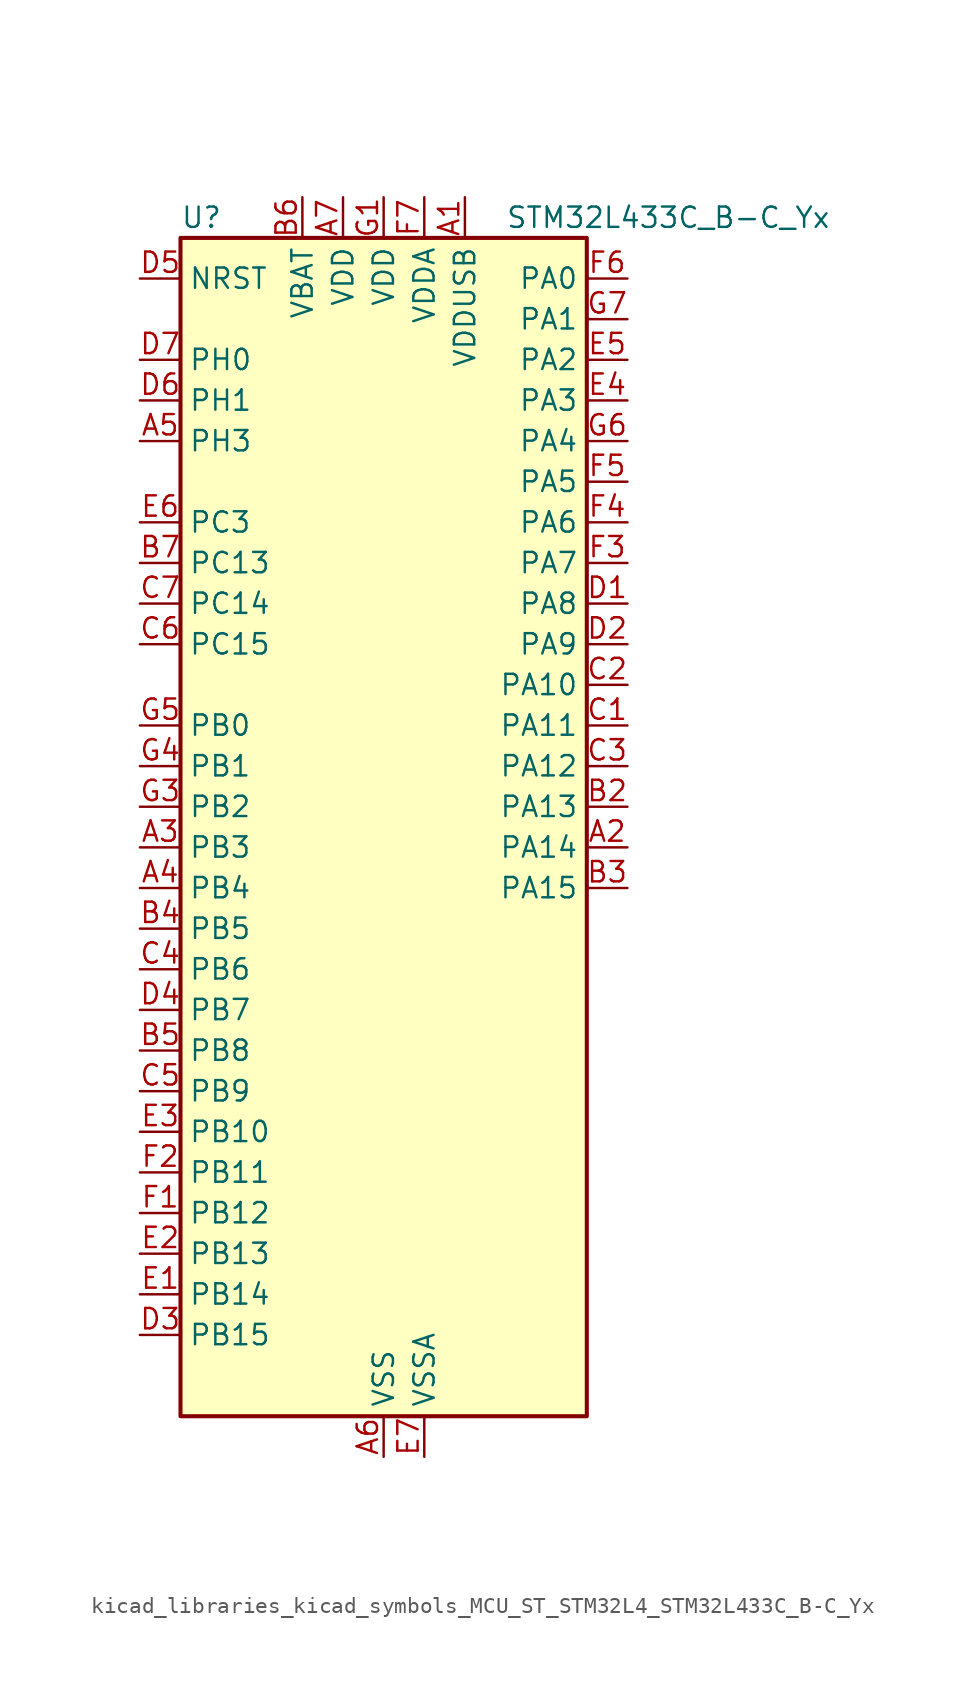
<source format=kicad_sym>
(kicad_symbol_lib
  (version 20220914)
  (generator kicad_symbol_editor)
  (symbol "kicad_libraries_kicad_symbols_MCU_ST_STM32L4_STM32L433C_B-C_Yx"
    (property "Reference" "U"
      (at -12.7 39.37 0)
      (effects (font (size 1.27 1.27)) (justify left)))
    (property "Value" "STM32L433C_B-C_Yx"
      (at 7.62 39.37 0)
      (effects (font (size 1.27 1.27)) (justify left)))
    (property "ki_locked" ""
      (at 0 0 0)
      (effects (font (size 1.27 1.27))))
    (symbol "kicad_libraries_kicad_symbols_MCU_ST_STM32L4_STM32L433C_B-C_Yx_0_1"
      (rectangle (start -12.7 -35.56) (end 12.7 38.1) (stroke (width 0.254) (type default)) (fill (type background))))
    (symbol "kicad_libraries_kicad_symbols_MCU_ST_STM32L4_STM32L433C_B-C_Yx_1_1"
      (pin power_in line (at 5.08 40.64 270) (length 2.54) (name "VDDUSB" (effects (font (size 1.27 1.27)))) (number "A1" (effects (font (size 1.27 1.27)))))
      (pin bidirectional line (at 15.24 0 180) (length 2.54) (name "PA14" (effects (font (size 1.27 1.27)))) (number "A2" (effects (font (size 1.27 1.27)))) (alternate "I2C1_SMBA" bidirectional line) (alternate "LPTIM1_OUT" bidirectional line) (alternate "SAI1_FS_B" bidirectional line) (alternate "SWPMI1_RX" bidirectional line) (alternate "SYS_JTCK-SWCLK" bidirectional line))
      (pin bidirectional line (at -15.24 0 0) (length 2.54) (name "PB3" (effects (font (size 1.27 1.27)))) (number "A3" (effects (font (size 1.27 1.27)))) (alternate "COMP2_INM" bidirectional line) (alternate "LCD_SEG7" bidirectional line) (alternate "SAI1_SCK_B" bidirectional line) (alternate "SPI1_SCK" bidirectional line) (alternate "SPI3_SCK" bidirectional line) (alternate "SYS_JTDO-SWO" bidirectional line) (alternate "TIM2_CH2" bidirectional line) (alternate "USART1_DE" bidirectional line) (alternate "USART1_RTS" bidirectional line))
      (pin bidirectional line (at -15.24 -2.54 0) (length 2.54) (name "PB4" (effects (font (size 1.27 1.27)))) (number "A4" (effects (font (size 1.27 1.27)))) (alternate "COMP2_INP" bidirectional line) (alternate "I2C3_SDA" bidirectional line) (alternate "LCD_SEG8" bidirectional line) (alternate "SAI1_MCLK_B" bidirectional line) (alternate "SPI1_MISO" bidirectional line) (alternate "SPI3_MISO" bidirectional line) (alternate "SYS_JTRST" bidirectional line) (alternate "TSC_G2_IO1" bidirectional line) (alternate "USART1_CTS" bidirectional line))
      (pin bidirectional line (at -15.24 25.4 0) (length 2.54) (name "PH3" (effects (font (size 1.27 1.27)))) (number "A5" (effects (font (size 1.27 1.27)))))
      (pin power_in line (at 0 -38.1 90) (length 2.54) (name "VSS" (effects (font (size 1.27 1.27)))) (number "A6" (effects (font (size 1.27 1.27)))))
      (pin power_in line (at -2.54 40.64 270) (length 2.54) (name "VDD" (effects (font (size 1.27 1.27)))) (number "A7" (effects (font (size 1.27 1.27)))))
      (pin passive line (at 0 -38.1 90) (length 2.54) hide (name "VSS" (effects (font (size 1.27 1.27)))) (number "B1" (effects (font (size 1.27 1.27)))))
      (pin bidirectional line (at 15.24 2.54 180) (length 2.54) (name "PA13" (effects (font (size 1.27 1.27)))) (number "B2" (effects (font (size 1.27 1.27)))) (alternate "IR_OUT" bidirectional line) (alternate "SAI1_SD_B" bidirectional line) (alternate "SWPMI1_TX" bidirectional line) (alternate "SYS_JTMS-SWDIO" bidirectional line) (alternate "USB_NOE" bidirectional line))
      (pin bidirectional line (at 15.24 -2.54 180) (length 2.54) (name "PA15" (effects (font (size 1.27 1.27)))) (number "B3" (effects (font (size 1.27 1.27)))) (alternate "ADC1_EXTI15" bidirectional line) (alternate "LCD_SEG17" bidirectional line) (alternate "SPI1_NSS" bidirectional line) (alternate "SPI3_NSS" bidirectional line) (alternate "SWPMI1_SUSPEND" bidirectional line) (alternate "SYS_JTDI" bidirectional line) (alternate "TIM2_CH1" bidirectional line) (alternate "TIM2_ETR" bidirectional line) (alternate "USART2_RX" bidirectional line) (alternate "USART3_DE" bidirectional line) (alternate "USART3_RTS" bidirectional line))
      (pin bidirectional line (at -15.24 -5.08 0) (length 2.54) (name "PB5" (effects (font (size 1.27 1.27)))) (number "B4" (effects (font (size 1.27 1.27)))) (alternate "COMP2_OUT" bidirectional line) (alternate "I2C1_SMBA" bidirectional line) (alternate "LCD_SEG9" bidirectional line) (alternate "LPTIM1_IN1" bidirectional line) (alternate "SAI1_SD_B" bidirectional line) (alternate "SPI1_MOSI" bidirectional line) (alternate "SPI3_MOSI" bidirectional line) (alternate "TIM16_BKIN" bidirectional line) (alternate "TSC_G2_IO2" bidirectional line) (alternate "USART1_CK" bidirectional line))
      (pin bidirectional line (at -15.24 -12.7 0) (length 2.54) (name "PB8" (effects (font (size 1.27 1.27)))) (number "B5" (effects (font (size 1.27 1.27)))) (alternate "CAN1_RX" bidirectional line) (alternate "I2C1_SCL" bidirectional line) (alternate "LCD_SEG16" bidirectional line) (alternate "SAI1_MCLK_A" bidirectional line) (alternate "TIM16_CH1" bidirectional line))
      (pin power_in line (at -5.08 40.64 270) (length 2.54) (name "VBAT" (effects (font (size 1.27 1.27)))) (number "B6" (effects (font (size 1.27 1.27)))))
      (pin bidirectional line (at -15.24 17.78 0) (length 2.54) (name "PC13" (effects (font (size 1.27 1.27)))) (number "B7" (effects (font (size 1.27 1.27)))) (alternate "RTC_OUT_ALARM" bidirectional line) (alternate "RTC_OUT_CALIB" bidirectional line) (alternate "RTC_TAMP1" bidirectional line) (alternate "RTC_TS" bidirectional line) (alternate "SYS_WKUP2" bidirectional line))
      (pin bidirectional line (at 15.24 7.62 180) (length 2.54) (name "PA11" (effects (font (size 1.27 1.27)))) (number "C1" (effects (font (size 1.27 1.27)))) (alternate "ADC1_EXTI11" bidirectional line) (alternate "CAN1_RX" bidirectional line) (alternate "COMP1_OUT" bidirectional line) (alternate "SPI1_MISO" bidirectional line) (alternate "TIM1_BKIN2" bidirectional line) (alternate "TIM1_BKIN2_COMP1" bidirectional line) (alternate "TIM1_CH4" bidirectional line) (alternate "USART1_CTS" bidirectional line) (alternate "USB_DM" bidirectional line))
      (pin bidirectional line (at 15.24 10.16 180) (length 2.54) (name "PA10" (effects (font (size 1.27 1.27)))) (number "C2" (effects (font (size 1.27 1.27)))) (alternate "CRS_SYNC" bidirectional line) (alternate "I2C1_SDA" bidirectional line) (alternate "LCD_COM2" bidirectional line) (alternate "SAI1_SD_A" bidirectional line) (alternate "TIM1_CH3" bidirectional line) (alternate "USART1_RX" bidirectional line))
      (pin bidirectional line (at 15.24 5.08 180) (length 2.54) (name "PA12" (effects (font (size 1.27 1.27)))) (number "C3" (effects (font (size 1.27 1.27)))) (alternate "CAN1_TX" bidirectional line) (alternate "SPI1_MOSI" bidirectional line) (alternate "TIM1_ETR" bidirectional line) (alternate "USART1_DE" bidirectional line) (alternate "USART1_RTS" bidirectional line) (alternate "USB_DP" bidirectional line))
      (pin bidirectional line (at -15.24 -7.62 0) (length 2.54) (name "PB6" (effects (font (size 1.27 1.27)))) (number "C4" (effects (font (size 1.27 1.27)))) (alternate "COMP2_INP" bidirectional line) (alternate "I2C1_SCL" bidirectional line) (alternate "LPTIM1_ETR" bidirectional line) (alternate "SAI1_FS_B" bidirectional line) (alternate "TIM16_CH1N" bidirectional line) (alternate "TSC_G2_IO3" bidirectional line) (alternate "USART1_TX" bidirectional line))
      (pin bidirectional line (at -15.24 -15.24 0) (length 2.54) (name "PB9" (effects (font (size 1.27 1.27)))) (number "C5" (effects (font (size 1.27 1.27)))) (alternate "CAN1_TX" bidirectional line) (alternate "DAC1_EXTI9" bidirectional line) (alternate "I2C1_SDA" bidirectional line) (alternate "IR_OUT" bidirectional line) (alternate "LCD_COM3" bidirectional line) (alternate "SAI1_FS_A" bidirectional line) (alternate "SPI2_NSS" bidirectional line))
      (pin bidirectional line (at -15.24 12.7 0) (length 2.54) (name "PC15" (effects (font (size 1.27 1.27)))) (number "C6" (effects (font (size 1.27 1.27)))) (alternate "ADC1_EXTI15" bidirectional line) (alternate "RCC_OSC32_OUT" bidirectional line))
      (pin bidirectional line (at -15.24 15.24 0) (length 2.54) (name "PC14" (effects (font (size 1.27 1.27)))) (number "C7" (effects (font (size 1.27 1.27)))) (alternate "RCC_OSC32_IN" bidirectional line))
      (pin bidirectional line (at 15.24 15.24 180) (length 2.54) (name "PA8" (effects (font (size 1.27 1.27)))) (number "D1" (effects (font (size 1.27 1.27)))) (alternate "LCD_COM0" bidirectional line) (alternate "LPTIM2_OUT" bidirectional line) (alternate "RCC_MCO" bidirectional line) (alternate "SAI1_SCK_A" bidirectional line) (alternate "SWPMI1_IO" bidirectional line) (alternate "TIM1_CH1" bidirectional line) (alternate "USART1_CK" bidirectional line))
      (pin bidirectional line (at 15.24 12.7 180) (length 2.54) (name "PA9" (effects (font (size 1.27 1.27)))) (number "D2" (effects (font (size 1.27 1.27)))) (alternate "DAC1_EXTI9" bidirectional line) (alternate "I2C1_SCL" bidirectional line) (alternate "LCD_COM1" bidirectional line) (alternate "SAI1_FS_A" bidirectional line) (alternate "TIM15_BKIN" bidirectional line) (alternate "TIM1_CH2" bidirectional line) (alternate "USART1_TX" bidirectional line))
      (pin bidirectional line (at -15.24 -30.48 0) (length 2.54) (name "PB15" (effects (font (size 1.27 1.27)))) (number "D3" (effects (font (size 1.27 1.27)))) (alternate "ADC1_EXTI15" bidirectional line) (alternate "LCD_SEG15" bidirectional line) (alternate "RTC_REFIN" bidirectional line) (alternate "SAI1_SD_A" bidirectional line) (alternate "SPI2_MOSI" bidirectional line) (alternate "SWPMI1_SUSPEND" bidirectional line) (alternate "TIM15_CH2" bidirectional line) (alternate "TIM1_CH3N" bidirectional line) (alternate "TSC_G1_IO4" bidirectional line))
      (pin bidirectional line (at -15.24 -10.16 0) (length 2.54) (name "PB7" (effects (font (size 1.27 1.27)))) (number "D4" (effects (font (size 1.27 1.27)))) (alternate "COMP2_INM" bidirectional line) (alternate "I2C1_SDA" bidirectional line) (alternate "LCD_SEG21" bidirectional line) (alternate "LPTIM1_IN2" bidirectional line) (alternate "SYS_PVD_IN" bidirectional line) (alternate "TSC_G2_IO4" bidirectional line) (alternate "USART1_RX" bidirectional line))
      (pin input line (at -15.24 35.56 0) (length 2.54) (name "NRST" (effects (font (size 1.27 1.27)))) (number "D5" (effects (font (size 1.27 1.27)))))
      (pin bidirectional line (at -15.24 27.94 0) (length 2.54) (name "PH1" (effects (font (size 1.27 1.27)))) (number "D6" (effects (font (size 1.27 1.27)))) (alternate "RCC_OSC_OUT" bidirectional line))
      (pin bidirectional line (at -15.24 30.48 0) (length 2.54) (name "PH0" (effects (font (size 1.27 1.27)))) (number "D7" (effects (font (size 1.27 1.27)))) (alternate "RCC_OSC_IN" bidirectional line))
      (pin bidirectional line (at -15.24 -27.94 0) (length 2.54) (name "PB14" (effects (font (size 1.27 1.27)))) (number "E1" (effects (font (size 1.27 1.27)))) (alternate "I2C2_SDA" bidirectional line) (alternate "LCD_SEG14" bidirectional line) (alternate "SAI1_MCLK_A" bidirectional line) (alternate "SPI2_MISO" bidirectional line) (alternate "SWPMI1_RX" bidirectional line) (alternate "TIM15_CH1" bidirectional line) (alternate "TIM1_CH2N" bidirectional line) (alternate "TSC_G1_IO3" bidirectional line) (alternate "USART3_DE" bidirectional line) (alternate "USART3_RTS" bidirectional line))
      (pin bidirectional line (at -15.24 -25.4 0) (length 2.54) (name "PB13" (effects (font (size 1.27 1.27)))) (number "E2" (effects (font (size 1.27 1.27)))) (alternate "I2C2_SCL" bidirectional line) (alternate "LCD_SEG13" bidirectional line) (alternate "LPUART1_CTS" bidirectional line) (alternate "SAI1_SCK_A" bidirectional line) (alternate "SPI2_SCK" bidirectional line) (alternate "SWPMI1_TX" bidirectional line) (alternate "TIM15_CH1N" bidirectional line) (alternate "TIM1_CH1N" bidirectional line) (alternate "TSC_G1_IO2" bidirectional line) (alternate "USART3_CTS" bidirectional line))
      (pin bidirectional line (at -15.24 -17.78 0) (length 2.54) (name "PB10" (effects (font (size 1.27 1.27)))) (number "E3" (effects (font (size 1.27 1.27)))) (alternate "COMP1_OUT" bidirectional line) (alternate "I2C2_SCL" bidirectional line) (alternate "LCD_SEG10" bidirectional line) (alternate "LPUART1_RX" bidirectional line) (alternate "QUADSPI_CLK" bidirectional line) (alternate "SAI1_SCK_A" bidirectional line) (alternate "SPI2_SCK" bidirectional line) (alternate "TIM2_CH3" bidirectional line) (alternate "TSC_SYNC" bidirectional line) (alternate "USART3_TX" bidirectional line))
      (pin bidirectional line (at 15.24 27.94 180) (length 2.54) (name "PA3" (effects (font (size 1.27 1.27)))) (number "E4" (effects (font (size 1.27 1.27)))) (alternate "ADC1_IN8" bidirectional line) (alternate "COMP2_INP" bidirectional line) (alternate "LCD_SEG2" bidirectional line) (alternate "LPUART1_RX" bidirectional line) (alternate "OPAMP1_VOUT" bidirectional line) (alternate "QUADSPI_CLK" bidirectional line) (alternate "SAI1_MCLK_A" bidirectional line) (alternate "TIM15_CH2" bidirectional line) (alternate "TIM2_CH4" bidirectional line) (alternate "USART2_RX" bidirectional line))
      (pin bidirectional line (at 15.24 30.48 180) (length 2.54) (name "PA2" (effects (font (size 1.27 1.27)))) (number "E5" (effects (font (size 1.27 1.27)))) (alternate "ADC1_IN7" bidirectional line) (alternate "COMP2_INM" bidirectional line) (alternate "COMP2_OUT" bidirectional line) (alternate "LCD_SEG1" bidirectional line) (alternate "LPUART1_TX" bidirectional line) (alternate "QUADSPI_BK1_NCS" bidirectional line) (alternate "RCC_LSCO" bidirectional line) (alternate "SYS_WKUP4" bidirectional line) (alternate "TIM15_CH1" bidirectional line) (alternate "TIM2_CH3" bidirectional line) (alternate "USART2_TX" bidirectional line))
      (pin bidirectional line (at -15.24 20.32 0) (length 2.54) (name "PC3" (effects (font (size 1.27 1.27)))) (number "E6" (effects (font (size 1.27 1.27)))) (alternate "ADC1_IN4" bidirectional line) (alternate "LCD_VLCD" bidirectional line) (alternate "LPTIM1_ETR" bidirectional line) (alternate "LPTIM2_ETR" bidirectional line) (alternate "SAI1_SD_A" bidirectional line) (alternate "SPI2_MOSI" bidirectional line))
      (pin power_in line (at 2.54 -38.1 90) (length 2.54) (name "VSSA" (effects (font (size 1.27 1.27)))) (number "E7" (effects (font (size 1.27 1.27)))))
      (pin bidirectional line (at -15.24 -22.86 0) (length 2.54) (name "PB12" (effects (font (size 1.27 1.27)))) (number "F1" (effects (font (size 1.27 1.27)))) (alternate "I2C2_SMBA" bidirectional line) (alternate "LCD_SEG12" bidirectional line) (alternate "LPUART1_DE" bidirectional line) (alternate "LPUART1_RTS" bidirectional line) (alternate "SAI1_FS_A" bidirectional line) (alternate "SPI2_NSS" bidirectional line) (alternate "SWPMI1_IO" bidirectional line) (alternate "TIM15_BKIN" bidirectional line) (alternate "TIM1_BKIN" bidirectional line) (alternate "TIM1_BKIN_COMP2" bidirectional line) (alternate "TSC_G1_IO1" bidirectional line) (alternate "USART3_CK" bidirectional line))
      (pin bidirectional line (at -15.24 -20.32 0) (length 2.54) (name "PB11" (effects (font (size 1.27 1.27)))) (number "F2" (effects (font (size 1.27 1.27)))) (alternate "ADC1_EXTI11" bidirectional line) (alternate "COMP2_OUT" bidirectional line) (alternate "I2C2_SDA" bidirectional line) (alternate "LCD_SEG11" bidirectional line) (alternate "LPUART1_TX" bidirectional line) (alternate "QUADSPI_BK1_NCS" bidirectional line) (alternate "TIM2_CH4" bidirectional line) (alternate "USART3_RX" bidirectional line))
      (pin bidirectional line (at 15.24 17.78 180) (length 2.54) (name "PA7" (effects (font (size 1.27 1.27)))) (number "F3" (effects (font (size 1.27 1.27)))) (alternate "ADC1_IN12" bidirectional line) (alternate "COMP2_OUT" bidirectional line) (alternate "I2C3_SCL" bidirectional line) (alternate "LCD_SEG4" bidirectional line) (alternate "QUADSPI_BK1_IO2" bidirectional line) (alternate "SPI1_MOSI" bidirectional line) (alternate "TIM1_CH1N" bidirectional line))
      (pin bidirectional line (at 15.24 20.32 180) (length 2.54) (name "PA6" (effects (font (size 1.27 1.27)))) (number "F4" (effects (font (size 1.27 1.27)))) (alternate "ADC1_IN11" bidirectional line) (alternate "COMP1_OUT" bidirectional line) (alternate "LCD_SEG3" bidirectional line) (alternate "LPUART1_CTS" bidirectional line) (alternate "QUADSPI_BK1_IO3" bidirectional line) (alternate "SPI1_MISO" bidirectional line) (alternate "TIM16_CH1" bidirectional line) (alternate "TIM1_BKIN" bidirectional line) (alternate "TIM1_BKIN_COMP2" bidirectional line) (alternate "USART3_CTS" bidirectional line))
      (pin bidirectional line (at 15.24 22.86 180) (length 2.54) (name "PA5" (effects (font (size 1.27 1.27)))) (number "F5" (effects (font (size 1.27 1.27)))) (alternate "ADC1_IN10" bidirectional line) (alternate "COMP1_INM" bidirectional line) (alternate "COMP2_INM" bidirectional line) (alternate "DAC1_OUT2" bidirectional line) (alternate "LPTIM2_ETR" bidirectional line) (alternate "SPI1_SCK" bidirectional line) (alternate "TIM2_CH1" bidirectional line) (alternate "TIM2_ETR" bidirectional line))
      (pin bidirectional line (at 15.24 35.56 180) (length 2.54) (name "PA0" (effects (font (size 1.27 1.27)))) (number "F6" (effects (font (size 1.27 1.27)))) (alternate "ADC1_IN5" bidirectional line) (alternate "COMP1_INM" bidirectional line) (alternate "COMP1_OUT" bidirectional line) (alternate "OPAMP1_VINP" bidirectional line) (alternate "RTC_TAMP2" bidirectional line) (alternate "SAI1_EXTCLK" bidirectional line) (alternate "SYS_WKUP1" bidirectional line) (alternate "TIM2_CH1" bidirectional line) (alternate "TIM2_ETR" bidirectional line) (alternate "USART2_CTS" bidirectional line))
      (pin power_in line (at 2.54 40.64 270) (length 2.54) (name "VDDA" (effects (font (size 1.27 1.27)))) (number "F7" (effects (font (size 1.27 1.27)))))
      (pin power_in line (at 0 40.64 270) (length 2.54) (name "VDD" (effects (font (size 1.27 1.27)))) (number "G1" (effects (font (size 1.27 1.27)))))
      (pin passive line (at 0 -38.1 90) (length 2.54) hide (name "VSS" (effects (font (size 1.27 1.27)))) (number "G2" (effects (font (size 1.27 1.27)))))
      (pin bidirectional line (at -15.24 2.54 0) (length 2.54) (name "PB2" (effects (font (size 1.27 1.27)))) (number "G3" (effects (font (size 1.27 1.27)))) (alternate "COMP1_INP" bidirectional line) (alternate "I2C3_SMBA" bidirectional line) (alternate "LCD_VLCD" bidirectional line) (alternate "LPTIM1_OUT" bidirectional line) (alternate "RTC_OUT_ALARM" bidirectional line) (alternate "RTC_OUT_CALIB" bidirectional line))
      (pin bidirectional line (at -15.24 5.08 0) (length 2.54) (name "PB1" (effects (font (size 1.27 1.27)))) (number "G4" (effects (font (size 1.27 1.27)))) (alternate "ADC1_IN16" bidirectional line) (alternate "COMP1_INM" bidirectional line) (alternate "LCD_SEG6" bidirectional line) (alternate "LPTIM2_IN1" bidirectional line) (alternate "LPUART1_DE" bidirectional line) (alternate "LPUART1_RTS" bidirectional line) (alternate "QUADSPI_BK1_IO0" bidirectional line) (alternate "TIM1_CH3N" bidirectional line) (alternate "USART3_DE" bidirectional line) (alternate "USART3_RTS" bidirectional line))
      (pin bidirectional line (at -15.24 7.62 0) (length 2.54) (name "PB0" (effects (font (size 1.27 1.27)))) (number "G5" (effects (font (size 1.27 1.27)))) (alternate "ADC1_IN15" bidirectional line) (alternate "COMP1_OUT" bidirectional line) (alternate "LCD_SEG5" bidirectional line) (alternate "QUADSPI_BK1_IO1" bidirectional line) (alternate "SAI1_EXTCLK" bidirectional line) (alternate "SPI1_NSS" bidirectional line) (alternate "TIM1_CH2N" bidirectional line) (alternate "USART3_CK" bidirectional line))
      (pin bidirectional line (at 15.24 25.4 180) (length 2.54) (name "PA4" (effects (font (size 1.27 1.27)))) (number "G6" (effects (font (size 1.27 1.27)))) (alternate "ADC1_IN9" bidirectional line) (alternate "COMP1_INM" bidirectional line) (alternate "COMP2_INM" bidirectional line) (alternate "DAC1_OUT1" bidirectional line) (alternate "LPTIM2_OUT" bidirectional line) (alternate "SAI1_FS_B" bidirectional line) (alternate "SPI1_NSS" bidirectional line) (alternate "SPI3_NSS" bidirectional line) (alternate "USART2_CK" bidirectional line))
      (pin bidirectional line (at 15.24 33.02 180) (length 2.54) (name "PA1" (effects (font (size 1.27 1.27)))) (number "G7" (effects (font (size 1.27 1.27)))) (alternate "ADC1_IN6" bidirectional line) (alternate "COMP1_INP" bidirectional line) (alternate "I2C1_SMBA" bidirectional line) (alternate "LCD_SEG0" bidirectional line) (alternate "OPAMP1_VINM" bidirectional line) (alternate "SPI1_SCK" bidirectional line) (alternate "TIM15_CH1N" bidirectional line) (alternate "TIM2_CH2" bidirectional line) (alternate "USART2_DE" bidirectional line) (alternate "USART2_RTS" bidirectional line)))))
</source>
